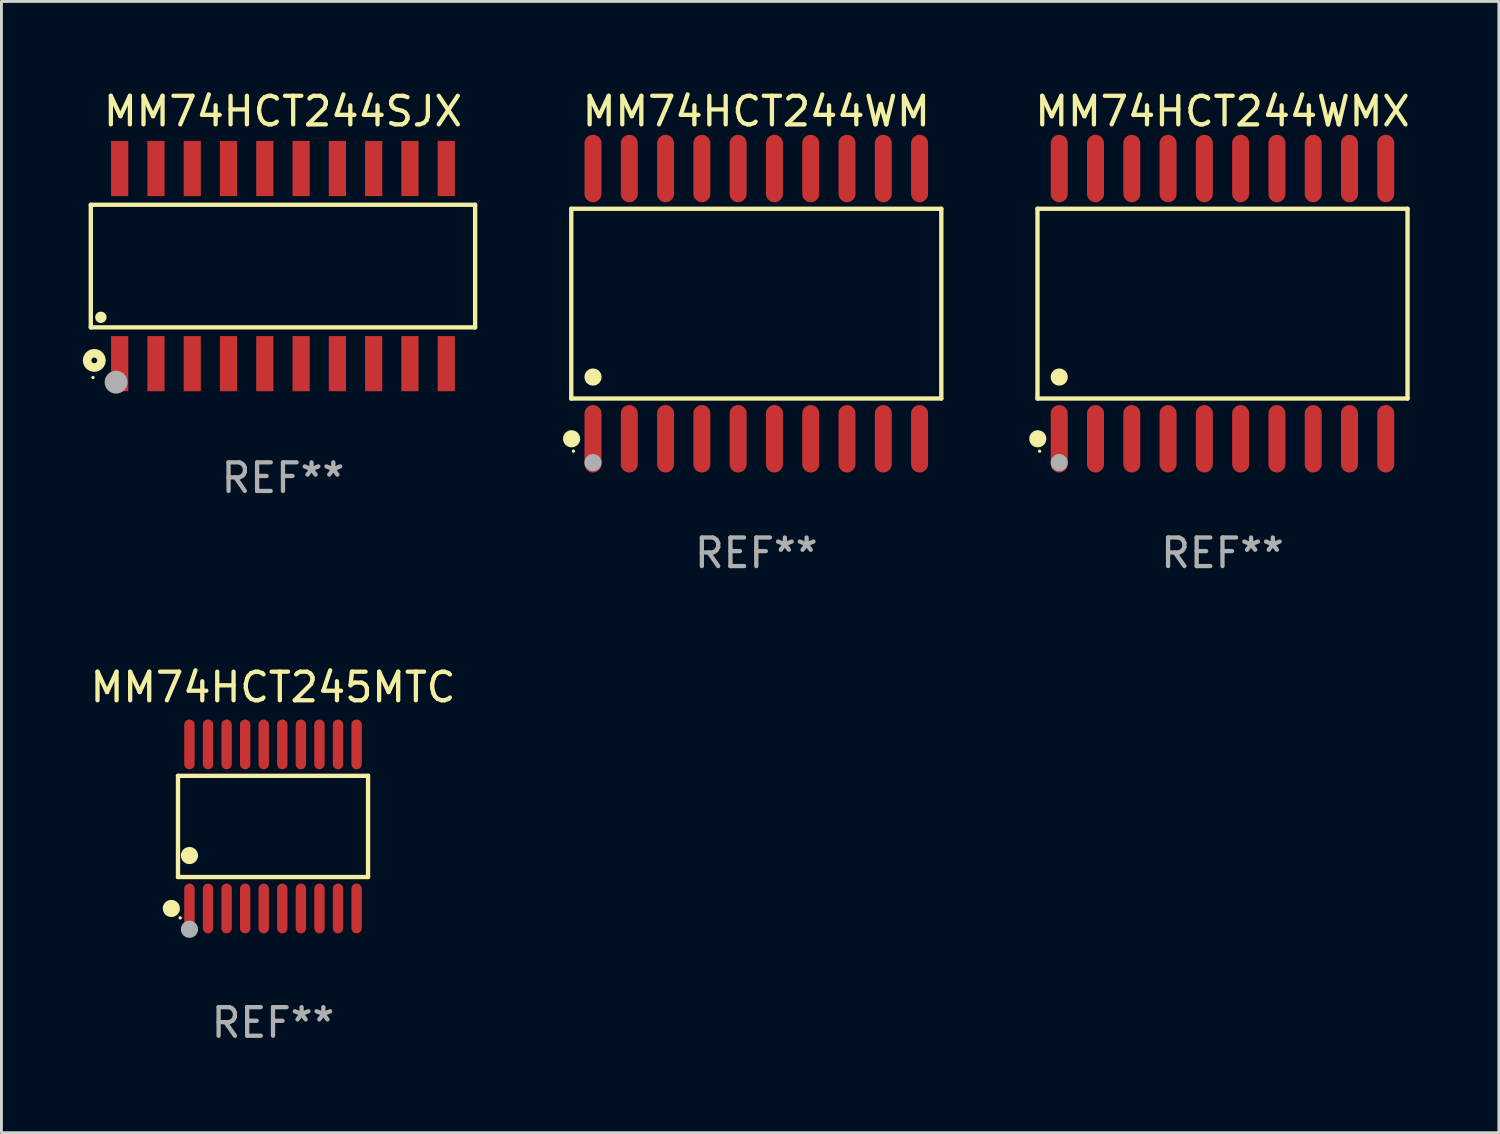
<source format=kicad_pcb>
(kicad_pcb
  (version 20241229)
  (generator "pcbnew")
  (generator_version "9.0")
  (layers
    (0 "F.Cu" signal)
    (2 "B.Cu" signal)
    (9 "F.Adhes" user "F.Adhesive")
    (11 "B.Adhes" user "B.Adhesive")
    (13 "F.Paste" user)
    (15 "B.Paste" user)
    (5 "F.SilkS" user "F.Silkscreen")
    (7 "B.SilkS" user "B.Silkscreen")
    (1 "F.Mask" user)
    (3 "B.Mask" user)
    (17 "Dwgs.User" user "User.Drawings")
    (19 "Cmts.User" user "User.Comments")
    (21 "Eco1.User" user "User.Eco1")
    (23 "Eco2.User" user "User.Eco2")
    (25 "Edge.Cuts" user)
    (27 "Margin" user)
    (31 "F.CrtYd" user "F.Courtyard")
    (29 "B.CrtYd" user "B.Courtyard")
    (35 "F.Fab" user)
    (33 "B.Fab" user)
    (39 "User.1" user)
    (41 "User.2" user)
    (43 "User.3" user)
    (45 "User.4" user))
  (footprint "MM74HCT244WM"
    (layer "F.Cu")
    (at 23.421 7.578)
    (property "Reference" "MM74HCT244WM" (at 0 -6.73 0) (layer "F.SilkS") (effects (font (size 1 1) (thickness 0.15))))
    (attr through_hole)
    (fp_line (start -6.476 -3.321) (end 6.476 -3.321) (stroke (width 0.152) (type solid)) (layer "F.SilkS"))
    (fp_line (start -6.476 3.321) (end -6.476 -3.321) (stroke (width 0.152) (type solid)) (layer "F.SilkS"))
    (fp_line (start 6.476 -3.321) (end 6.476 3.321) (stroke (width 0.152) (type solid)) (layer "F.SilkS"))
    (fp_line (start 6.476 3.321) (end -6.476 3.321) (stroke (width 0.152) (type solid)) (layer "F.SilkS"))
    (fp_circle (center -6.465 4.73) (end -6.315 4.73) (stroke (width 0.3) (type solid)) (fill no) (layer "F.SilkS"))
    (fp_circle (center -6.4 5.163) (end -6.37 5.163) (stroke (width 0.06) (type solid)) (fill no) (layer "F.SilkS"))
    (fp_circle (center -5.715 2.569) (end -5.565 2.569) (stroke (width 0.3) (type solid)) (fill no) (layer "F.SilkS"))
    (fp_circle (center -5.715 5.563) (end -5.565 5.563) (stroke (width 0.3) (type solid)) (fill no) (layer "F.Fab"))
    (fp_text user "REF**" (at 0 8.73 0) (layer "F.Fab") (effects (font (size 1 1) (thickness 0.15))))
    (pad "1" smd oval (at -5.715 4.73) (size 0.595 2.36) (layers "F.Cu" "F.Mask" "F.Paste"))
    (pad "2" smd oval (at -4.445 4.73) (size 0.595 2.36) (layers "F.Cu" "F.Mask" "F.Paste"))
    (pad "3" smd oval (at -3.175 4.73) (size 0.595 2.36) (layers "F.Cu" "F.Mask" "F.Paste"))
    (pad "4" smd oval (at -1.905 4.73) (size 0.595 2.36) (layers "F.Cu" "F.Mask" "F.Paste"))
    (pad "5" smd oval (at -0.635 4.73) (size 0.595 2.36) (layers "F.Cu" "F.Mask" "F.Paste"))
    (pad "6" smd oval (at 0.635 4.73) (size 0.595 2.36) (layers "F.Cu" "F.Mask" "F.Paste"))
    (pad "7" smd oval (at 1.905 4.73) (size 0.595 2.36) (layers "F.Cu" "F.Mask" "F.Paste"))
    (pad "8" smd oval (at 3.175 4.73) (size 0.595 2.36) (layers "F.Cu" "F.Mask" "F.Paste"))
    (pad "9" smd oval (at 4.445 4.73) (size 0.595 2.36) (layers "F.Cu" "F.Mask" "F.Paste"))
    (pad "10" smd oval (at 5.715 4.73) (size 0.595 2.36) (layers "F.Cu" "F.Mask" "F.Paste"))
    (pad "11" smd oval (at 5.715 -4.73) (size 0.595 2.36) (layers "F.Cu" "F.Mask" "F.Paste"))
    (pad "12" smd oval (at 4.445 -4.73) (size 0.595 2.36) (layers "F.Cu" "F.Mask" "F.Paste"))
    (pad "13" smd oval (at 3.175 -4.73) (size 0.595 2.36) (layers "F.Cu" "F.Mask" "F.Paste"))
    (pad "14" smd oval (at 1.905 -4.73) (size 0.595 2.36) (layers "F.Cu" "F.Mask" "F.Paste"))
    (pad "15" smd oval (at 0.635 -4.73) (size 0.595 2.36) (layers "F.Cu" "F.Mask" "F.Paste"))
    (pad "16" smd oval (at -0.635 -4.73) (size 0.595 2.36) (layers "F.Cu" "F.Mask" "F.Paste"))
    (pad "17" smd oval (at -1.905 -4.73) (size 0.595 2.36) (layers "F.Cu" "F.Mask" "F.Paste"))
    (pad "18" smd oval (at -3.175 -4.73) (size 0.595 2.36) (layers "F.Cu" "F.Mask" "F.Paste"))
    (pad "19" smd oval (at -4.445 -4.73) (size 0.595 2.36) (layers "F.Cu" "F.Mask" "F.Paste"))
    (pad "20" smd oval (at -5.715 -4.73) (size 0.595 2.36) (layers "F.Cu" "F.Mask" "F.Paste")))
  (footprint "MM74HCT244WMX"
    (layer "F.Cu")
    (at 39.739 7.578)
    (property "Reference" "MM74HCT244WMX" (at 0 -6.73 0) (layer "F.SilkS") (effects (font (size 1 1) (thickness 0.15))))
    (attr through_hole)
    (fp_line (start -6.476 -3.321) (end 6.476 -3.321) (stroke (width 0.152) (type solid)) (layer "F.SilkS"))
    (fp_line (start -6.476 3.321) (end -6.476 -3.321) (stroke (width 0.152) (type solid)) (layer "F.SilkS"))
    (fp_line (start 6.476 -3.321) (end 6.476 3.321) (stroke (width 0.152) (type solid)) (layer "F.SilkS"))
    (fp_line (start 6.476 3.321) (end -6.476 3.321) (stroke (width 0.152) (type solid)) (layer "F.SilkS"))
    (fp_circle (center -6.465 4.73) (end -6.315 4.73) (stroke (width 0.3) (type solid)) (fill no) (layer "F.SilkS"))
    (fp_circle (center -6.4 5.163) (end -6.37 5.163) (stroke (width 0.06) (type solid)) (fill no) (layer "F.SilkS"))
    (fp_circle (center -5.715 2.569) (end -5.565 2.569) (stroke (width 0.3) (type solid)) (fill no) (layer "F.SilkS"))
    (fp_circle (center -5.715 5.563) (end -5.565 5.563) (stroke (width 0.3) (type solid)) (fill no) (layer "F.Fab"))
    (fp_text user "REF**" (at 0 8.73 0) (layer "F.Fab") (effects (font (size 1 1) (thickness 0.15))))
    (pad "1" smd oval (at -5.715 4.73) (size 0.595 2.36) (layers "F.Cu" "F.Mask" "F.Paste"))
    (pad "2" smd oval (at -4.445 4.73) (size 0.595 2.36) (layers "F.Cu" "F.Mask" "F.Paste"))
    (pad "3" smd oval (at -3.175 4.73) (size 0.595 2.36) (layers "F.Cu" "F.Mask" "F.Paste"))
    (pad "4" smd oval (at -1.905 4.73) (size 0.595 2.36) (layers "F.Cu" "F.Mask" "F.Paste"))
    (pad "5" smd oval (at -0.635 4.73) (size 0.595 2.36) (layers "F.Cu" "F.Mask" "F.Paste"))
    (pad "6" smd oval (at 0.635 4.73) (size 0.595 2.36) (layers "F.Cu" "F.Mask" "F.Paste"))
    (pad "7" smd oval (at 1.905 4.73) (size 0.595 2.36) (layers "F.Cu" "F.Mask" "F.Paste"))
    (pad "8" smd oval (at 3.175 4.73) (size 0.595 2.36) (layers "F.Cu" "F.Mask" "F.Paste"))
    (pad "9" smd oval (at 4.445 4.73) (size 0.595 2.36) (layers "F.Cu" "F.Mask" "F.Paste"))
    (pad "10" smd oval (at 5.715 4.73) (size 0.595 2.36) (layers "F.Cu" "F.Mask" "F.Paste"))
    (pad "11" smd oval (at 5.715 -4.73) (size 0.595 2.36) (layers "F.Cu" "F.Mask" "F.Paste"))
    (pad "12" smd oval (at 4.445 -4.73) (size 0.595 2.36) (layers "F.Cu" "F.Mask" "F.Paste"))
    (pad "13" smd oval (at 3.175 -4.73) (size 0.595 2.36) (layers "F.Cu" "F.Mask" "F.Paste"))
    (pad "14" smd oval (at 1.905 -4.73) (size 0.595 2.36) (layers "F.Cu" "F.Mask" "F.Paste"))
    (pad "15" smd oval (at 0.635 -4.73) (size 0.595 2.36) (layers "F.Cu" "F.Mask" "F.Paste"))
    (pad "16" smd oval (at -0.635 -4.73) (size 0.595 2.36) (layers "F.Cu" "F.Mask" "F.Paste"))
    (pad "17" smd oval (at -1.905 -4.73) (size 0.595 2.36) (layers "F.Cu" "F.Mask" "F.Paste"))
    (pad "18" smd oval (at -3.175 -4.73) (size 0.595 2.36) (layers "F.Cu" "F.Mask" "F.Paste"))
    (pad "19" smd oval (at -4.445 -4.73) (size 0.595 2.36) (layers "F.Cu" "F.Mask" "F.Paste"))
    (pad "20" smd oval (at -5.715 -4.73) (size 0.595 2.36) (layers "F.Cu" "F.Mask" "F.Paste")))
  (footprint "MM74HCT245MTC"
    (layer "F.Cu")
    (at 6.506 25.876)
    (property "Reference" "MM74HCT245MTC" (at 0 -4.871 0) (layer "F.SilkS") (effects (font (size 1 1) (thickness 0.15))))
    (attr through_hole)
    (fp_line (start -3.326 -1.771) (end 3.326 -1.771) (stroke (width 0.152) (type solid)) (layer "F.SilkS"))
    (fp_line (start -3.326 1.771) (end -3.326 -1.771) (stroke (width 0.152) (type solid)) (layer "F.SilkS"))
    (fp_line (start 3.326 -1.771) (end 3.326 1.771) (stroke (width 0.152) (type solid)) (layer "F.SilkS"))
    (fp_line (start 3.326 1.771) (end -3.326 1.771) (stroke (width 0.152) (type solid)) (layer "F.SilkS"))
    (fp_circle (center -3.559 2.871) (end -3.409 2.871) (stroke (width 0.3) (type solid)) (fill no) (layer "F.SilkS"))
    (fp_circle (center -3.25 3.2) (end -3.22 3.2) (stroke (width 0.06) (type solid)) (fill no) (layer "F.SilkS"))
    (fp_circle (center -2.925 1.019) (end -2.775 1.019) (stroke (width 0.3) (type solid)) (fill no) (layer "F.SilkS"))
    (fp_circle (center -2.925 3.6) (end -2.775 3.6) (stroke (width 0.3) (type solid)) (fill no) (layer "F.Fab"))
    (fp_text user "REF**" (at 0 6.871 0) (layer "F.Fab") (effects (font (size 1 1) (thickness 0.15))))
    (pad "1" smd oval (at -2.925 2.871) (size 0.364 1.742) (layers "F.Cu" "F.Mask" "F.Paste"))
    (pad "2" smd oval (at -2.275 2.871) (size 0.364 1.742) (layers "F.Cu" "F.Mask" "F.Paste"))
    (pad "3" smd oval (at -1.625 2.871) (size 0.364 1.742) (layers "F.Cu" "F.Mask" "F.Paste"))
    (pad "4" smd oval (at -0.975 2.871) (size 0.364 1.742) (layers "F.Cu" "F.Mask" "F.Paste"))
    (pad "5" smd oval (at -0.325 2.871) (size 0.364 1.742) (layers "F.Cu" "F.Mask" "F.Paste"))
    (pad "6" smd oval (at 0.325 2.871) (size 0.364 1.742) (layers "F.Cu" "F.Mask" "F.Paste"))
    (pad "7" smd oval (at 0.975 2.871) (size 0.364 1.742) (layers "F.Cu" "F.Mask" "F.Paste"))
    (pad "8" smd oval (at 1.625 2.871) (size 0.364 1.742) (layers "F.Cu" "F.Mask" "F.Paste"))
    (pad "9" smd oval (at 2.275 2.871) (size 0.364 1.742) (layers "F.Cu" "F.Mask" "F.Paste"))
    (pad "10" smd oval (at 2.925 2.871) (size 0.364 1.742) (layers "F.Cu" "F.Mask" "F.Paste"))
    (pad "11" smd oval (at 2.925 -2.871) (size 0.364 1.742) (layers "F.Cu" "F.Mask" "F.Paste"))
    (pad "12" smd oval (at 2.275 -2.871) (size 0.364 1.742) (layers "F.Cu" "F.Mask" "F.Paste"))
    (pad "13" smd oval (at 1.625 -2.871) (size 0.364 1.742) (layers "F.Cu" "F.Mask" "F.Paste"))
    (pad "14" smd oval (at 0.975 -2.871) (size 0.364 1.742) (layers "F.Cu" "F.Mask" "F.Paste"))
    (pad "15" smd oval (at 0.325 -2.871) (size 0.364 1.742) (layers "F.Cu" "F.Mask" "F.Paste"))
    (pad "16" smd oval (at -0.325 -2.871) (size 0.364 1.742) (layers "F.Cu" "F.Mask" "F.Paste"))
    (pad "17" smd oval (at -0.975 -2.871) (size 0.364 1.742) (layers "F.Cu" "F.Mask" "F.Paste"))
    (pad "18" smd oval (at -1.625 -2.871) (size 0.364 1.742) (layers "F.Cu" "F.Mask" "F.Paste"))
    (pad "19" smd oval (at -2.275 -2.871) (size 0.364 1.742) (layers "F.Cu" "F.Mask" "F.Paste"))
    (pad "20" smd oval (at -2.925 -2.871) (size 0.364 1.742) (layers "F.Cu" "F.Mask" "F.Paste")))
  (footprint "MM74HCT244SJX"
    (layer "F.Cu")
    (at 6.854 6.263)
    (property "Reference" "MM74HCT244SJX" (at 0 -5.415 0) (layer "F.SilkS") (effects (font (size 1 1) (thickness 0.15))))
    (attr through_hole)
    (fp_line (start -6.726 -2.145) (end 6.726 -2.145) (stroke (width 0.152) (type solid)) (layer "F.SilkS"))
    (fp_line (start -6.726 2.145) (end -6.726 -2.145) (stroke (width 0.152) (type solid)) (layer "F.SilkS"))
    (fp_line (start 6.726 -2.145) (end 6.726 2.145) (stroke (width 0.152) (type solid)) (layer "F.SilkS"))
    (fp_line (start 6.726 2.145) (end -6.726 2.145) (stroke (width 0.152) (type solid)) (layer "F.SilkS"))
    (fp_circle (center -6.65 3.9) (end -6.62 3.9) (stroke (width 0.06) (type solid)) (fill no) (layer "F.SilkS"))
    (fp_circle (center -6.604 3.302) (end -6.504 3.302) (stroke (width 0.3) (type solid)) (fill no) (layer "F.SilkS"))
    (fp_circle (center -6.374 1.793) (end -6.274 1.793) (stroke (width 0.2) (type solid)) (fill no) (layer "F.SilkS"))
    (fp_circle (center -5.842 4.064) (end -5.642 4.064) (stroke (width 0.4) (type solid)) (fill no) (layer "F.Fab"))
    (fp_text user "REF**" (at 0 7.415 0) (layer "F.Fab") (effects (font (size 1 1) (thickness 0.15))))
    (pad "1" smd rect (at -5.715 3.415) (size 0.602 1.93) (layers "F.Cu" "F.Mask" "F.Paste"))
    (pad "2" smd rect (at -4.445 3.415) (size 0.602 1.93) (layers "F.Cu" "F.Mask" "F.Paste"))
    (pad "3" smd rect (at -3.175 3.415) (size 0.602 1.93) (layers "F.Cu" "F.Mask" "F.Paste"))
    (pad "4" smd rect (at -1.905 3.415) (size 0.602 1.93) (layers "F.Cu" "F.Mask" "F.Paste"))
    (pad "5" smd rect (at -0.635 3.415) (size 0.602 1.93) (layers "F.Cu" "F.Mask" "F.Paste"))
    (pad "6" smd rect (at 0.635 3.415) (size 0.602 1.93) (layers "F.Cu" "F.Mask" "F.Paste"))
    (pad "7" smd rect (at 1.905 3.415) (size 0.602 1.93) (layers "F.Cu" "F.Mask" "F.Paste"))
    (pad "8" smd rect (at 3.175 3.415) (size 0.602 1.93) (layers "F.Cu" "F.Mask" "F.Paste"))
    (pad "9" smd rect (at 4.445 3.415) (size 0.602 1.93) (layers "F.Cu" "F.Mask" "F.Paste"))
    (pad "10" smd rect (at 5.715 3.415) (size 0.602 1.93) (layers "F.Cu" "F.Mask" "F.Paste"))
    (pad "11" smd rect (at 5.715 -3.415) (size 0.602 1.93) (layers "F.Cu" "F.Mask" "F.Paste"))
    (pad "12" smd rect (at 4.445 -3.415) (size 0.602 1.93) (layers "F.Cu" "F.Mask" "F.Paste"))
    (pad "13" smd rect (at 3.175 -3.415) (size 0.602 1.93) (layers "F.Cu" "F.Mask" "F.Paste"))
    (pad "14" smd rect (at 1.905 -3.415) (size 0.602 1.93) (layers "F.Cu" "F.Mask" "F.Paste"))
    (pad "15" smd rect (at 0.635 -3.415) (size 0.602 1.93) (layers "F.Cu" "F.Mask" "F.Paste"))
    (pad "16" smd rect (at -0.635 -3.415) (size 0.602 1.93) (layers "F.Cu" "F.Mask" "F.Paste"))
    (pad "17" smd rect (at -1.905 -3.415) (size 0.602 1.93) (layers "F.Cu" "F.Mask" "F.Paste"))
    (pad "18" smd rect (at -3.175 -3.415) (size 0.602 1.93) (layers "F.Cu" "F.Mask" "F.Paste"))
    (pad "19" smd rect (at -4.445 -3.415) (size 0.602 1.93) (layers "F.Cu" "F.Mask" "F.Paste"))
    (pad "20" smd rect (at -5.715 -3.415) (size 0.602 1.93) (layers "F.Cu" "F.Mask" "F.Paste")))
  (gr_rect
    (start -3 -3)
    (end 49.411 36.595)
    (stroke (width 0.1) (type default))
    (fill no)
    (layer "Edge.Cuts")))
</source>
